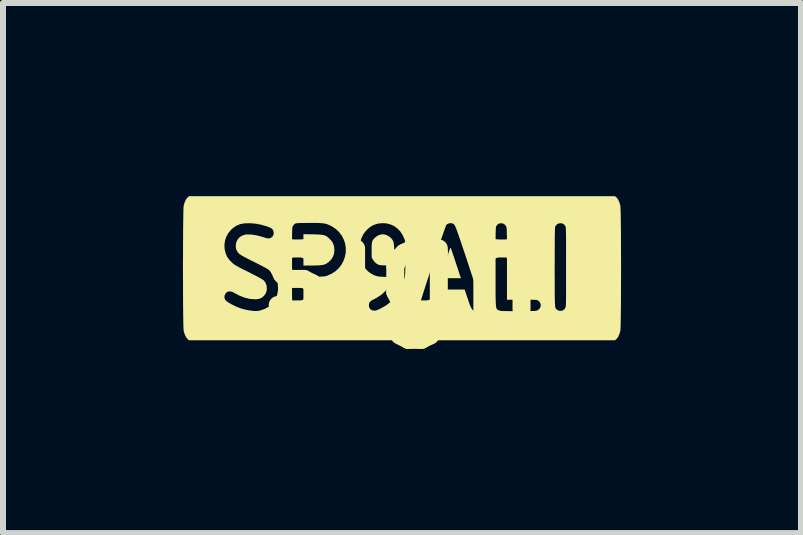
<source format=kicad_pcb>
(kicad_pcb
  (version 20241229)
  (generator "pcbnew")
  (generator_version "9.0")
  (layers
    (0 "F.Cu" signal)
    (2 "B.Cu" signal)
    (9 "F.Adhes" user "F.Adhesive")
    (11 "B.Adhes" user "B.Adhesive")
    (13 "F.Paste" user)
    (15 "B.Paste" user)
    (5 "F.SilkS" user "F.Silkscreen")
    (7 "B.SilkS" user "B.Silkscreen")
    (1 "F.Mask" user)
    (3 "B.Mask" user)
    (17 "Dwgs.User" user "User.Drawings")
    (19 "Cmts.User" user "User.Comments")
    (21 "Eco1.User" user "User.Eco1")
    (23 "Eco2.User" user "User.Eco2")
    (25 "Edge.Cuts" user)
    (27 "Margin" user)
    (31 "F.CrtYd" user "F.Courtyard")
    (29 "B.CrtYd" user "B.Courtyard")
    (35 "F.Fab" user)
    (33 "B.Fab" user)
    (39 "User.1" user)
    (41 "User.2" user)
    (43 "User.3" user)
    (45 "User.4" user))
  (footprint "sign"
    (layer "F.Cu")
    (at 3.648 1.418)
    (property "Reference" "sign" (at 0 0 0) (layer "F.SilkS") (effects (font (size 1.524 1.524) (thickness 0.3))))
    (attr through_hole)
    (fp_poly (pts (xy -1.484 -0.562) (xy -1.422 -0.56) (xy -1.373 -0.558) (xy -1.334 -0.554) (xy -1.302 -0.549) (xy -1.276 -0.54) (xy -1.253 -0.529) (xy -1.232 -0.513) (xy -1.21 -0.493) (xy -1.2 -0.483) (xy -1.164 -0.442) (xy -1.141 -0.4) (xy -1.128 -0.353) (xy -1.124 -0.299) (xy -1.129 -0.241) (xy -1.147 -0.19) (xy -1.177 -0.142) (xy -1.221 -0.099) (xy -1.227 -0.094) (xy -1.249 -0.078) (xy -1.273 -0.065) (xy -1.299 -0.056) (xy -1.331 -0.05) (xy -1.37 -0.045) (xy -1.418 -0.043) (xy -1.478 -0.042) (xy -1.493 -0.042) (xy -1.64 -0.042) (xy -1.64 -0.564)) (stroke (width 0) (type solid)) (fill yes) (layer "F.SilkS"))
    (fp_poly (pts (xy -0.258 -0.551) (xy -0.214 -0.527) (xy -0.187 -0.505) (xy -0.17 -0.488) (xy -0.157 -0.471) (xy -0.147 -0.454) (xy -0.139 -0.434) (xy -0.134 -0.409) (xy -0.13 -0.377) (xy -0.128 -0.337) (xy -0.127 -0.287) (xy -0.127 -0.224) (xy -0.127 -0.217) (xy -0.127 -0.042) (xy -0.241 -0.043) (xy -0.294 -0.044) (xy -0.335 -0.046) (xy -0.365 -0.049) (xy -0.384 -0.053) (xy -0.426 -0.076) (xy -0.461 -0.11) (xy -0.482 -0.142) (xy -0.503 -0.18) (xy -0.503 -0.303) (xy -0.503 -0.354) (xy -0.501 -0.394) (xy -0.497 -0.425) (xy -0.491 -0.449) (xy -0.481 -0.469) (xy -0.466 -0.487) (xy -0.447 -0.506) (xy -0.439 -0.513) (xy -0.396 -0.543) (xy -0.351 -0.559) (xy -0.304 -0.562)) (stroke (width 0) (type solid)) (fill yes) (layer "F.SilkS"))
    (fp_poly (pts (xy 0.812 -0.339) (xy 0.815 -0.333) (xy 0.821 -0.32) (xy 0.828 -0.3) (xy 0.838 -0.273) (xy 0.85 -0.237) (xy 0.866 -0.192) (xy 0.884 -0.136) (xy 0.906 -0.07) (xy 0.932 0.008) (xy 0.961 0.098) (xy 0.971 0.128) (xy 0.985 0.169) (xy 0.813 0.169) (xy 0.765 0.169) (xy 0.723 0.168) (xy 0.687 0.167) (xy 0.66 0.166) (xy 0.644 0.165) (xy 0.641 0.164) (xy 0.643 0.155) (xy 0.649 0.135) (xy 0.658 0.106) (xy 0.671 0.069) (xy 0.685 0.025) (xy 0.701 -0.022) (xy 0.717 -0.072) (xy 0.734 -0.123) (xy 0.751 -0.172) (xy 0.767 -0.218) (xy 0.781 -0.26) (xy 0.793 -0.294) (xy 0.802 -0.32) (xy 0.808 -0.336) (xy 0.81 -0.34)) (stroke (width 0) (type solid)) (fill yes) (layer "F.SilkS"))
    (fp_poly (pts (xy 3.579 -1.176) (xy 3.603 -1.147) (xy 3.623 -1.105) (xy 3.64 -1.053) (xy 3.644 -1.036) (xy 3.645 -1.022) (xy 3.646 -0.994) (xy 3.648 -0.955) (xy 3.649 -0.904) (xy 3.65 -0.844) (xy 3.651 -0.774) (xy 3.652 -0.696) (xy 3.653 -0.611) (xy 3.653 -0.52) (xy 3.654 -0.424) (xy 3.654 -0.324) (xy 3.654 -0.221) (xy 3.655 -0.115) (xy 3.655 -0.009) (xy 3.655 0.098) (xy 3.654 0.204) (xy 3.654 0.308) (xy 3.654 0.409) (xy 3.653 0.506) (xy 3.653 0.598) (xy 3.652 0.684) (xy 3.651 0.764) (xy 3.65 0.835) (xy 3.649 0.898) (xy 3.648 0.951) (xy 3.647 0.993) (xy 3.645 1.023) (xy 3.644 1.041) (xy 3.644 1.043) (xy 3.628 1.098) (xy 3.609 1.143) (xy 3.586 1.176) (xy 3.579 1.183) (xy 3.555 1.204) (xy -3.548 1.204) (xy -3.572 1.183) (xy -3.596 1.154) (xy -3.616 1.112) (xy -3.633 1.06) (xy -3.637 1.043) (xy -3.638 1.029) (xy -3.639 1.001) (xy -3.641 0.962) (xy -3.642 0.911) (xy -3.643 0.851) (xy -3.644 0.781) (xy -3.645 0.703) (xy -3.646 0.618) (xy -3.646 0.527) (xy -3.647 0.431) (xy -3.647 0.331) (xy -3.647 0.228) (xy -3.648 0.122) (xy -3.648 0.016) (xy -3.648 -0.091) (xy -3.647 -0.197) (xy -3.647 -0.3) (xy -3.647 -0.384) (xy -2.957 -0.384) (xy -2.953 -0.314) (xy -2.936 -0.243) (xy -2.917 -0.197) (xy -2.9 -0.169) (xy -2.874 -0.136) (xy -2.845 -0.105) (xy -2.831 -0.091) (xy -2.818 -0.079) (xy -2.805 -0.068) (xy -2.79 -0.057) (xy -2.772 -0.046) (xy -2.749 -0.033) (xy -2.721 -0.017) (xy -2.685 0.002) (xy -2.639 0.025) (xy -2.583 0.053) (xy -2.558 0.065) (xy -2.488 0.101) (xy -2.428 0.132) (xy -2.378 0.159) (xy -2.341 0.18) (xy -2.315 0.196) (xy -2.302 0.205) (xy -2.272 0.245) (xy -2.255 0.289) (xy -2.25 0.338) (xy -2.254 0.383) (xy -2.267 0.42) (xy -2.291 0.455) (xy -2.298 0.463) (xy -2.328 0.49) (xy -2.36 0.508) (xy -2.399 0.518) (xy -2.447 0.521) (xy -2.534 0.514) (xy -2.622 0.493) (xy -2.709 0.459) (xy -2.774 0.424) (xy -2.819 0.401) (xy -2.859 0.39) (xy -2.893 0.391) (xy -2.92 0.405) (xy -2.943 0.431) (xy -2.943 0.432) (xy -2.956 0.465) (xy -2.956 0.498) (xy -2.943 0.53) (xy -2.92 0.556) (xy -2.91 0.563) (xy -2.832 0.608) (xy -2.761 0.643) (xy -2.694 0.669) (xy -2.627 0.69) (xy -2.557 0.704) (xy -2.517 0.71) (xy -2.474 0.715) (xy -2.439 0.717) (xy -2.409 0.715) (xy -2.379 0.711) (xy -2.364 0.708) (xy -2.294 0.686) (xy -2.232 0.654) (xy -2.178 0.611) (xy -2.133 0.56) (xy -2.098 0.501) (xy -2.075 0.436) (xy -2.064 0.366) (xy -2.063 0.34) (xy -2.067 0.272) (xy -2.082 0.211) (xy -2.107 0.156) (xy -2.144 0.104) (xy -2.153 0.094) (xy -1.83 0.094) (xy -1.83 0.194) (xy -1.83 0.281) (xy -1.83 0.357) (xy -1.83 0.422) (xy -1.829 0.478) (xy -1.828 0.525) (xy -1.827 0.563) (xy -1.826 0.595) (xy -1.824 0.62) (xy -1.822 0.639) (xy -1.82 0.654) (xy -1.817 0.665) (xy -1.813 0.674) (xy -1.809 0.68) (xy -1.805 0.685) (xy -1.799 0.69) (xy -1.797 0.692) (xy -1.768 0.709) (xy -1.735 0.715) (xy -1.701 0.709) (xy -1.684 0.7) (xy -1.669 0.686) (xy -1.655 0.668) (xy -1.654 0.667) (xy -1.65 0.66) (xy -1.647 0.652) (xy -1.645 0.642) (xy -1.643 0.627) (xy -1.642 0.607) (xy -1.641 0.579) (xy -1.641 0.543) (xy -1.64 0.497) (xy -1.64 0.439) (xy -1.64 0.397) (xy -1.64 0.149) (xy -1.466 0.146) (xy -1.41 0.145) (xy -1.366 0.144) (xy -1.332 0.142) (xy -1.305 0.14) (xy -1.284 0.138) (xy -1.267 0.134) (xy -1.252 0.13) (xy -1.248 0.129) (xy -1.174 0.097) (xy -1.108 0.055) (xy -1.05 0.002) (xy -1.009 -0.051) (xy -0.972 -0.119) (xy -0.947 -0.191) (xy -0.934 -0.264) (xy -0.934 -0.268) (xy -0.696 -0.268) (xy -0.694 -0.222) (xy -0.691 -0.183) (xy -0.691 -0.183) (xy -0.675 -0.114) (xy -0.647 -0.05) (xy -0.609 0.007) (xy -0.562 0.057) (xy -0.506 0.097) (xy -0.445 0.126) (xy -0.408 0.137) (xy -0.372 0.143) (xy -0.323 0.146) (xy -0.262 0.148) (xy -0.256 0.148) (xy -0.149 0.148) (xy -0.159 0.185) (xy -0.188 0.26) (xy -0.229 0.33) (xy -0.282 0.393) (xy -0.347 0.45) (xy -0.422 0.498) (xy -0.458 0.517) (xy -0.495 0.536) (xy -0.521 0.554) (xy -0.538 0.572) (xy -0.546 0.592) (xy -0.549 0.616) (xy -0.549 0.619) (xy -0.544 0.656) (xy -0.527 0.684) (xy -0.501 0.703) (xy -0.466 0.71) (xy -0.458 0.711) (xy -0.44 0.709) (xy -0.418 0.703) (xy -0.389 0.692) (xy -0.351 0.674) (xy -0.349 0.673) (xy -0.274 0.63) (xy 0.294 0.63) (xy 0.301 0.662) (xy 0.319 0.688) (xy 0.344 0.705) (xy 0.374 0.714) (xy 0.406 0.713) (xy 0.438 0.7) (xy 0.444 0.697) (xy 0.451 0.691) (xy 0.457 0.684) (xy 0.464 0.674) (xy 0.471 0.66) (xy 0.479 0.639) (xy 0.49 0.611) (xy 0.502 0.573) (xy 0.519 0.525) (xy 0.532 0.484) (xy 0.573 0.359) (xy 1.048 0.359) (xy 1.099 0.512) (xy 1.118 0.569) (xy 1.134 0.614) (xy 1.149 0.648) (xy 1.162 0.673) (xy 1.174 0.691) (xy 1.188 0.703) (xy 1.203 0.71) (xy 1.22 0.715) (xy 1.25 0.714) (xy 1.28 0.702) (xy 1.305 0.682) (xy 1.311 0.676) (xy 1.316 0.669) (xy 1.32 0.663) (xy 1.323 0.656) (xy 1.325 0.648) (xy 1.326 0.638) (xy 1.325 0.624) (xy 1.322 0.607) (xy 1.317 0.586) (xy 1.31 0.559) (xy 1.301 0.526) (xy 1.289 0.486) (xy 1.274 0.438) (xy 1.256 0.381) (xy 1.234 0.316) (xy 1.209 0.24) (xy 1.195 0.197) (xy 1.563 0.197) (xy 1.563 0.286) (xy 1.563 0.363) (xy 1.563 0.43) (xy 1.564 0.487) (xy 1.565 0.534) (xy 1.566 0.574) (xy 1.568 0.606) (xy 1.57 0.631) (xy 1.573 0.651) (xy 1.576 0.666) (xy 1.58 0.677) (xy 1.584 0.685) (xy 1.59 0.691) (xy 1.596 0.695) (xy 1.603 0.698) (xy 1.612 0.702) (xy 1.614 0.704) (xy 1.622 0.707) (xy 1.63 0.71) (xy 1.641 0.712) (xy 1.654 0.714) (xy 1.672 0.716) (xy 1.697 0.717) (xy 1.729 0.717) (xy 1.769 0.718) (xy 1.82 0.718) (xy 1.883 0.718) (xy 1.939 0.718) (xy 2.011 0.718) (xy 2.071 0.718) (xy 2.12 0.718) (xy 2.158 0.717) (xy 2.188 0.716) (xy 2.211 0.715) (xy 2.228 0.714) (xy 2.241 0.712) (xy 2.25 0.709) (xy 2.258 0.706) (xy 2.264 0.704) (xy 2.291 0.683) (xy 2.309 0.657) (xy 2.316 0.626) (xy 2.312 0.595) (xy 2.298 0.566) (xy 2.273 0.543) (xy 2.272 0.542) (xy 2.265 0.538) (xy 2.257 0.535) (xy 2.247 0.533) (xy 2.232 0.531) (xy 2.212 0.53) (xy 2.185 0.529) (xy 2.149 0.528) (xy 2.102 0.528) (xy 2.045 0.528) (xy 2.001 0.528) (xy 1.753 0.528) (xy 1.753 0.1) (xy 2.548 0.1) (xy 2.549 0.2) (xy 2.549 0.286) (xy 2.549 0.362) (xy 2.549 0.427) (xy 2.55 0.482) (xy 2.55 0.528) (xy 2.552 0.566) (xy 2.553 0.597) (xy 2.555 0.621) (xy 2.557 0.641) (xy 2.559 0.655) (xy 2.562 0.666) (xy 2.566 0.674) (xy 2.57 0.681) (xy 2.575 0.686) (xy 2.58 0.69) (xy 2.582 0.692) (xy 2.611 0.709) (xy 2.644 0.715) (xy 2.678 0.709) (xy 2.694 0.7) (xy 2.71 0.686) (xy 2.724 0.668) (xy 2.725 0.667) (xy 2.727 0.663) (xy 2.729 0.658) (xy 2.731 0.651) (xy 2.732 0.642) (xy 2.734 0.629) (xy 2.735 0.613) (xy 2.736 0.591) (xy 2.737 0.563) (xy 2.737 0.528) (xy 2.738 0.485) (xy 2.738 0.434) (xy 2.738 0.374) (xy 2.738 0.303) (xy 2.738 0.22) (xy 2.738 0.126) (xy 2.738 0.019) (xy 2.738 -0.018) (xy 2.738 -0.129) (xy 2.738 -0.227) (xy 2.738 -0.313) (xy 2.738 -0.388) (xy 2.738 -0.451) (xy 2.738 -0.505) (xy 2.737 -0.55) (xy 2.737 -0.588) (xy 2.736 -0.618) (xy 2.735 -0.641) (xy 2.734 -0.66) (xy 2.733 -0.674) (xy 2.731 -0.684) (xy 2.73 -0.691) (xy 2.728 -0.696) (xy 2.726 -0.701) (xy 2.725 -0.702) (xy 2.702 -0.729) (xy 2.674 -0.744) (xy 2.643 -0.747) (xy 2.609 -0.741) (xy 2.581 -0.724) (xy 2.561 -0.698) (xy 2.556 -0.684) (xy 2.554 -0.672) (xy 2.553 -0.646) (xy 2.552 -0.606) (xy 2.551 -0.552) (xy 2.55 -0.484) (xy 2.55 -0.404) (xy 2.549 -0.31) (xy 2.549 -0.203) (xy 2.549 -0.083) (xy 2.548 -0.012) (xy 2.548 0.1) (xy 1.753 0.1) (xy 1.753 -0.069) (xy 1.753 -0.174) (xy 1.753 -0.267) (xy 1.753 -0.347) (xy 1.752 -0.416) (xy 1.752 -0.474) (xy 1.752 -0.524) (xy 1.751 -0.564) (xy 1.75 -0.597) (xy 1.75 -0.624) (xy 1.749 -0.644) (xy 1.747 -0.66) (xy 1.746 -0.672) (xy 1.744 -0.681) (xy 1.742 -0.688) (xy 1.74 -0.693) (xy 1.739 -0.695) (xy 1.719 -0.723) (xy 1.691 -0.741) (xy 1.655 -0.747) (xy 1.653 -0.747) (xy 1.619 -0.741) (xy 1.592 -0.722) (xy 1.577 -0.702) (xy 1.574 -0.698) (xy 1.572 -0.693) (xy 1.571 -0.686) (xy 1.569 -0.677) (xy 1.568 -0.664) (xy 1.567 -0.648) (xy 1.566 -0.626) (xy 1.565 -0.598) (xy 1.564 -0.563) (xy 1.564 -0.52) (xy 1.563 -0.469) (xy 1.563 -0.408) (xy 1.563 -0.337) (xy 1.563 -0.255) (xy 1.563 -0.161) (xy 1.563 -0.054) (xy 1.563 -0.019) (xy 1.563 0.096) (xy 1.563 0.197) (xy 1.195 0.197) (xy 1.18 0.153) (xy 1.147 0.054) (xy 1.113 -0.051) (xy 1.076 -0.161) (xy 1.044 -0.259) (xy 1.015 -0.344) (xy 0.99 -0.419) (xy 0.968 -0.484) (xy 0.949 -0.539) (xy 0.933 -0.585) (xy 0.919 -0.624) (xy 0.907 -0.655) (xy 0.897 -0.68) (xy 0.888 -0.7) (xy 0.88 -0.714) (xy 0.872 -0.725) (xy 0.866 -0.732) (xy 0.859 -0.737) (xy 0.852 -0.74) (xy 0.844 -0.743) (xy 0.836 -0.745) (xy 0.833 -0.746) (xy 0.8 -0.748) (xy 0.768 -0.738) (xy 0.745 -0.722) (xy 0.74 -0.713) (xy 0.731 -0.691) (xy 0.719 -0.658) (xy 0.703 -0.615) (xy 0.685 -0.563) (xy 0.664 -0.504) (xy 0.641 -0.437) (xy 0.616 -0.366) (xy 0.59 -0.289) (xy 0.563 -0.209) (xy 0.535 -0.128) (xy 0.508 -0.045) (xy 0.48 0.039) (xy 0.453 0.12) (xy 0.427 0.2) (xy 0.402 0.276) (xy 0.379 0.348) (xy 0.358 0.414) (xy 0.339 0.474) (xy 0.323 0.525) (xy 0.31 0.568) (xy 0.301 0.6) (xy 0.295 0.622) (xy 0.294 0.63) (xy -0.274 0.63) (xy -0.262 0.623) (xy -0.183 0.562) (xy -0.115 0.492) (xy -0.056 0.412) (xy -0.008 0.323) (xy 0.029 0.225) (xy 0.051 0.144) (xy 0.053 0.127) (xy 0.055 0.102) (xy 0.057 0.067) (xy 0.058 0.023) (xy 0.059 -0.033) (xy 0.06 -0.101) (xy 0.06 -0.169) (xy 0.06 -0.238) (xy 0.06 -0.294) (xy 0.059 -0.34) (xy 0.059 -0.376) (xy 0.058 -0.404) (xy 0.057 -0.426) (xy 0.055 -0.442) (xy 0.052 -0.456) (xy 0.049 -0.468) (xy 0.046 -0.479) (xy 0.043 -0.486) (xy 0.013 -0.551) (xy -0.026 -0.61) (xy -0.074 -0.66) (xy -0.127 -0.699) (xy -0.189 -0.727) (xy -0.257 -0.744) (xy -0.326 -0.748) (xy -0.395 -0.741) (xy -0.461 -0.721) (xy -0.505 -0.699) (xy -0.557 -0.661) (xy -0.604 -0.613) (xy -0.643 -0.559) (xy -0.672 -0.5) (xy -0.679 -0.479) (xy -0.685 -0.451) (xy -0.69 -0.412) (xy -0.694 -0.366) (xy -0.696 -0.317) (xy -0.696 -0.268) (xy -0.934 -0.268) (xy -0.934 -0.337) (xy -0.945 -0.409) (xy -0.968 -0.477) (xy -1.002 -0.542) (xy -1.046 -0.6) (xy -1.1 -0.651) (xy -1.165 -0.694) (xy -1.186 -0.705) (xy -1.214 -0.718) (xy -1.241 -0.729) (xy -1.267 -0.737) (xy -1.295 -0.743) (xy -1.327 -0.747) (xy -1.366 -0.75) (xy -1.411 -0.752) (xy -1.467 -0.752) (xy -1.534 -0.752) (xy -1.556 -0.752) (xy -1.616 -0.751) (xy -1.664 -0.751) (xy -1.701 -0.75) (xy -1.728 -0.749) (xy -1.748 -0.747) (xy -1.763 -0.745) (xy -1.773 -0.743) (xy -1.78 -0.739) (xy -1.786 -0.735) (xy -1.803 -0.718) (xy -1.817 -0.698) (xy -1.818 -0.696) (xy -1.82 -0.692) (xy -1.822 -0.685) (xy -1.824 -0.677) (xy -1.825 -0.665) (xy -1.826 -0.649) (xy -1.827 -0.628) (xy -1.828 -0.601) (xy -1.829 -0.568) (xy -1.829 -0.527) (xy -1.83 -0.477) (xy -1.83 -0.418) (xy -1.83 -0.349) (xy -1.83 -0.269) (xy -1.83 -0.177) (xy -1.83 -0.072) (xy -1.83 -0.019) (xy -1.83 0.094) (xy -2.153 0.094) (xy -2.175 0.07) (xy -2.189 0.056) (xy -2.202 0.044) (xy -2.215 0.033) (xy -2.229 0.022) (xy -2.247 0.011) (xy -2.269 -0.002) (xy -2.298 -0.017) (xy -2.334 -0.036) (xy -2.378 -0.059) (xy -2.434 -0.087) (xy -2.461 -0.101) (xy -2.524 -0.132) (xy -2.576 -0.159) (xy -2.617 -0.181) (xy -2.65 -0.198) (xy -2.675 -0.213) (xy -2.694 -0.225) (xy -2.708 -0.235) (xy -2.718 -0.244) (xy -2.72 -0.247) (xy -2.746 -0.28) (xy -2.761 -0.314) (xy -2.767 -0.353) (xy -2.768 -0.372) (xy -2.761 -0.423) (xy -2.742 -0.468) (xy -2.712 -0.506) (xy -2.672 -0.535) (xy -2.628 -0.553) (xy -2.589 -0.56) (xy -2.54 -0.56) (xy -2.484 -0.555) (xy -2.422 -0.545) (xy -2.357 -0.529) (xy -2.309 -0.514) (xy -2.269 -0.502) (xy -2.237 -0.495) (xy -2.213 -0.494) (xy -2.193 -0.499) (xy -2.177 -0.507) (xy -2.151 -0.53) (xy -2.137 -0.561) (xy -2.135 -0.598) (xy -2.135 -0.598) (xy -2.141 -0.622) (xy -2.153 -0.643) (xy -2.174 -0.661) (xy -2.204 -0.677) (xy -2.246 -0.693) (xy -2.268 -0.7) (xy -2.354 -0.724) (xy -2.435 -0.739) (xy -2.517 -0.746) (xy -2.555 -0.747) (xy -2.63 -0.744) (xy -2.696 -0.731) (xy -2.754 -0.707) (xy -2.807 -0.673) (xy -2.848 -0.636) (xy -2.893 -0.581) (xy -2.927 -0.519) (xy -2.948 -0.453) (xy -2.957 -0.384) (xy -3.647 -0.384) (xy -3.647 -0.401) (xy -3.646 -0.499) (xy -3.646 -0.591) (xy -3.645 -0.677) (xy -3.644 -0.757) (xy -3.643 -0.828) (xy -3.642 -0.891) (xy -3.641 -0.944) (xy -3.64 -0.986) (xy -3.638 -1.016) (xy -3.637 -1.034) (xy -3.637 -1.036) (xy -3.621 -1.091) (xy -3.602 -1.136) (xy -3.579 -1.169) (xy -3.572 -1.176) (xy -3.548 -1.197) (xy 3.555 -1.197)) (stroke (width 0) (type solid)) (fill yes) (layer "F.SilkS")))
  (gr_rect
    (start -3 -3)
    (end 10.302 5.836)
    (stroke (width 0.1) (type default))
    (fill no)
    (layer "Edge.Cuts")))
</source>
